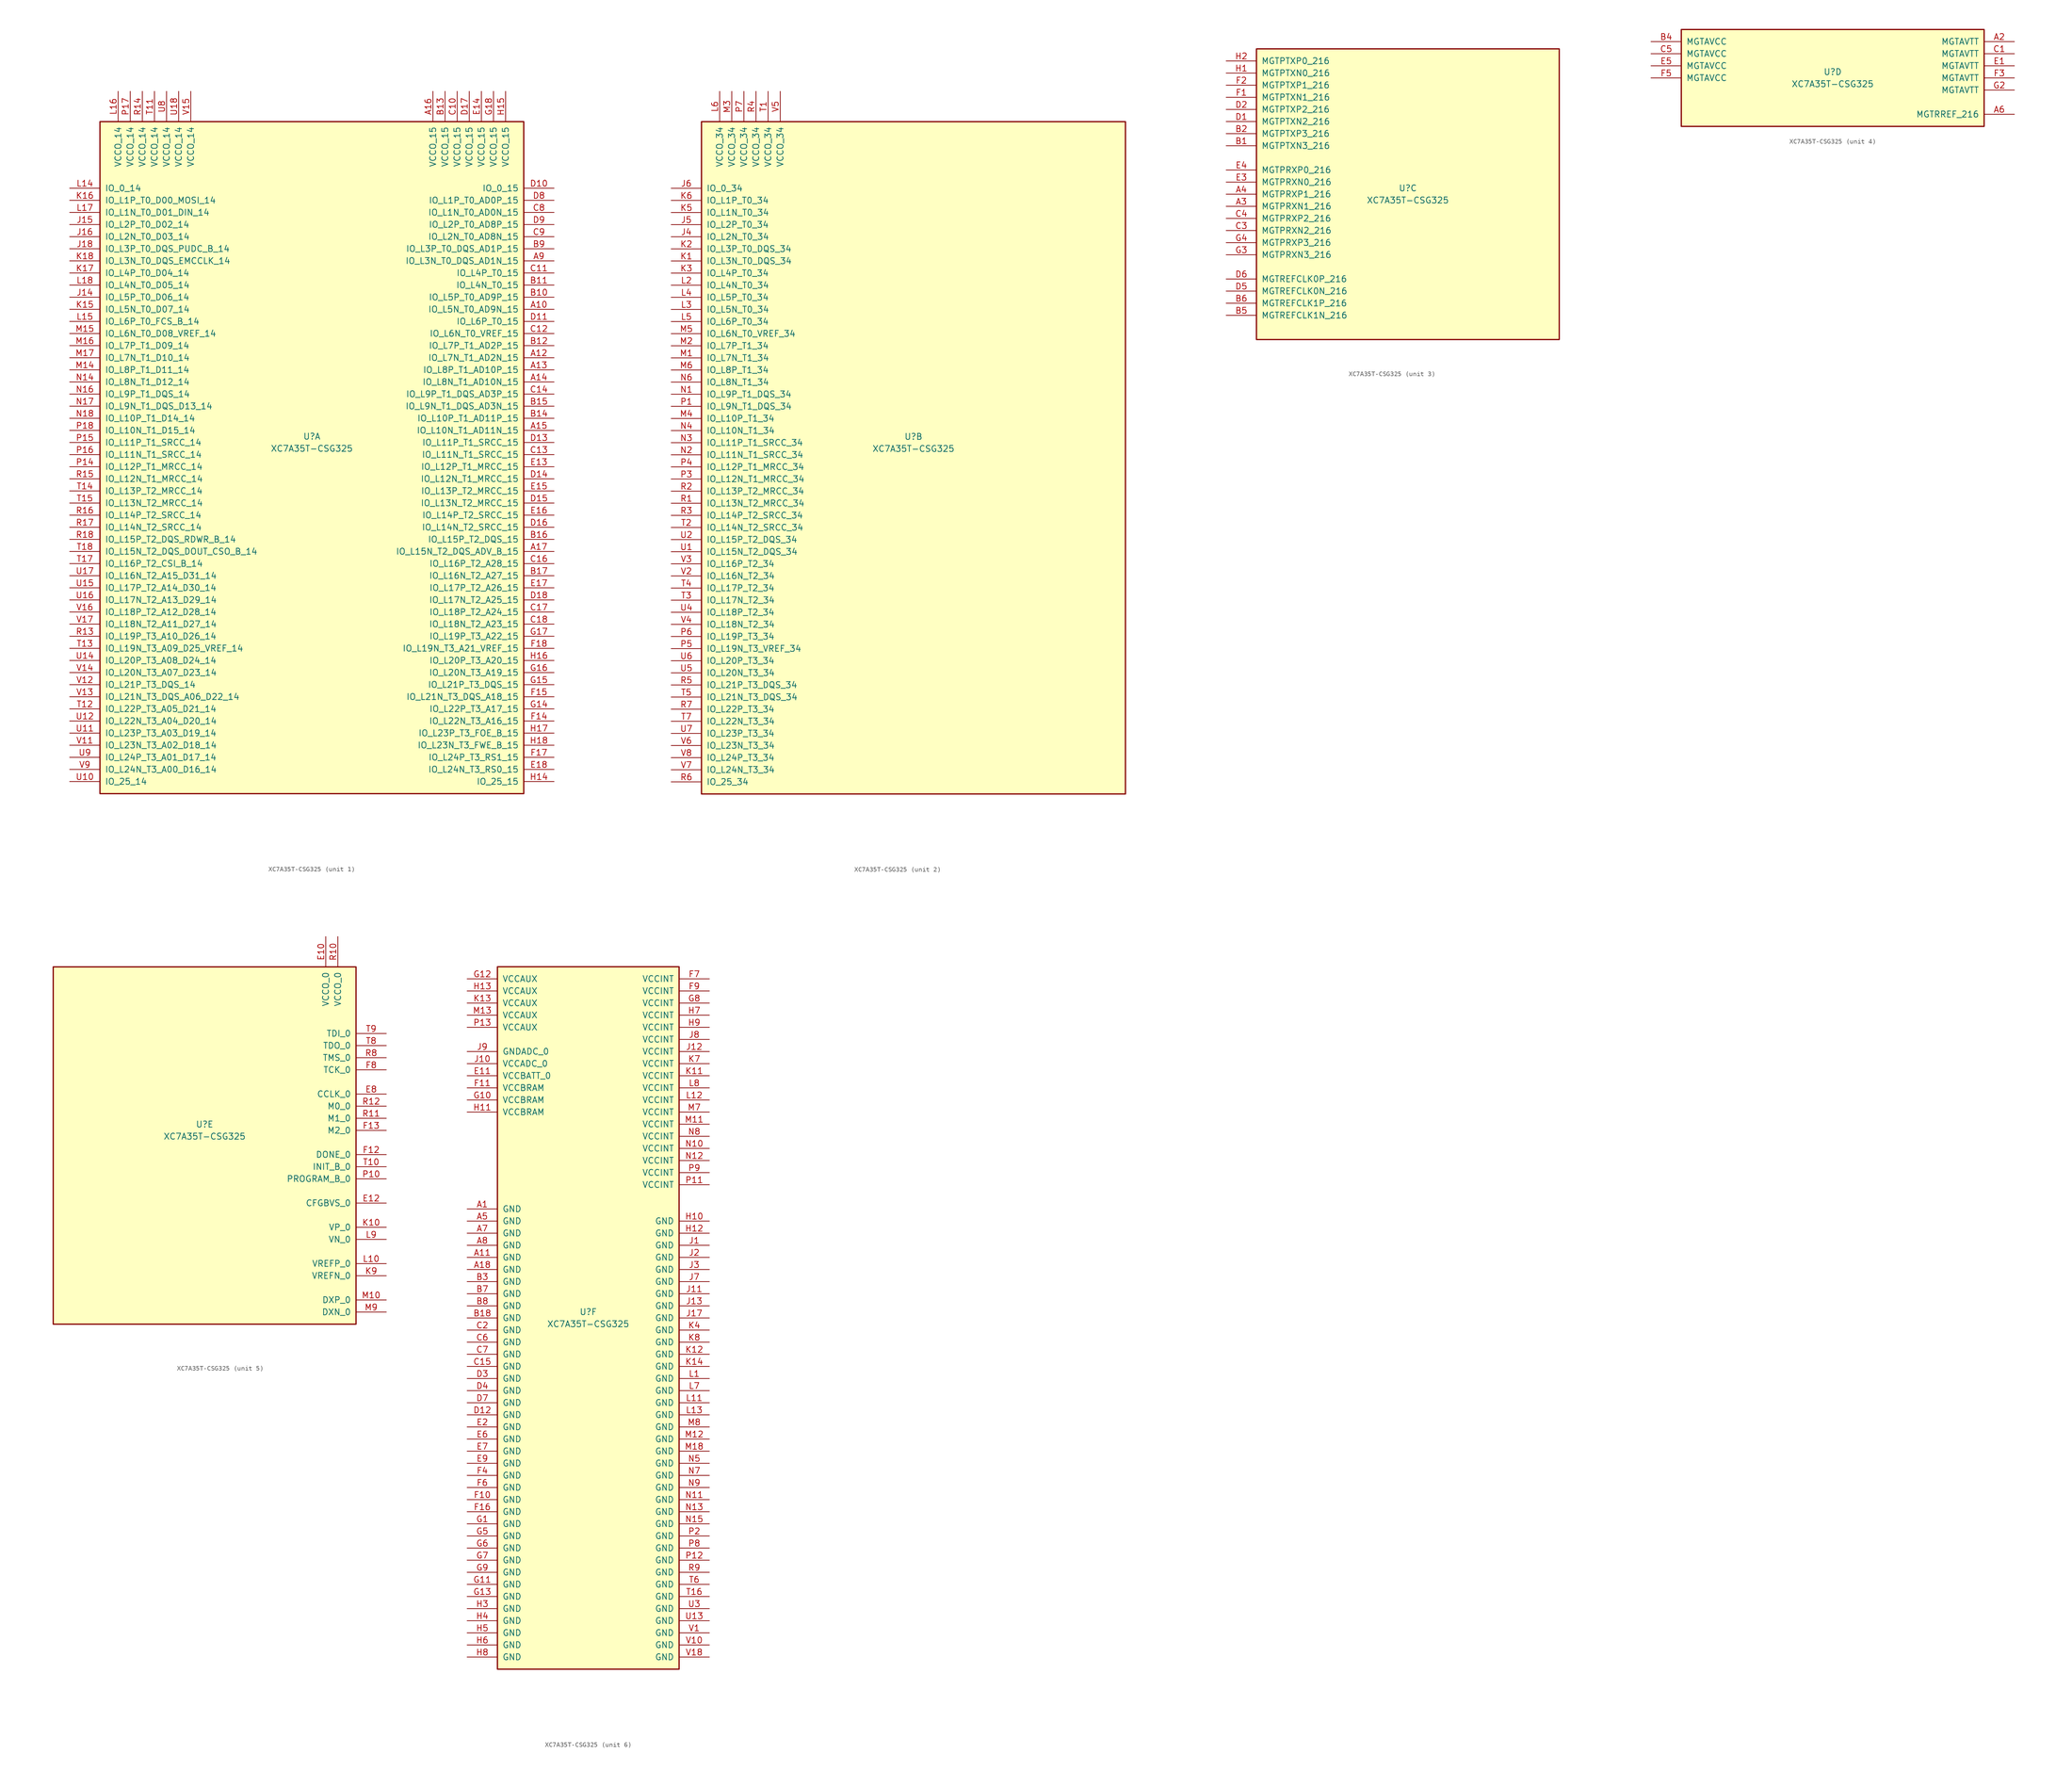
<source format=kicad_sym>
(kicad_symbol_lib
  (version 20241209)
  (generator "kicad_symbol_editor")
  (generator_version "9.0")
  (symbol "XC7A35T-CSG325"
    (pin_names
      (offset 1.016))
    (property "Reference" "U"
      (at 0 1.27 0)
      (effects (font (size 1.27 1.27))))
    (property "Value" "XC7A35T-CSG325"
      (at 0 -1.27 0)
      (effects (font (size 1.27 1.27))))
    (property "Datasheet" ""
      (at 0 0 0)
      (effects (font (size 1.27 1.27))))
    (property "ki_locked" ""
      (at 0 0 0)
      (effects (font (size 1.27 1.27))))
    (symbol "XC7A35T-CSG325_1_1"
      (rectangle (start -44.45 67.31) (end 44.45 -73.66) (stroke (width 0.254) (type default)) (fill (type background)))
      (pin bidirectional line (at -50.8 53.34 0) (length 6.35) (name "IO_0_14" (effects (font (size 1.27 1.27)))) (number "L14" (effects (font (size 1.27 1.27)))))
      (pin bidirectional line (at -50.8 50.8 0) (length 6.35) (name "IO_L1P_T0_D00_MOSI_14" (effects (font (size 1.27 1.27)))) (number "K16" (effects (font (size 1.27 1.27)))))
      (pin bidirectional line (at -50.8 48.26 0) (length 6.35) (name "IO_L1N_T0_D01_DIN_14" (effects (font (size 1.27 1.27)))) (number "L17" (effects (font (size 1.27 1.27)))))
      (pin bidirectional line (at -50.8 45.72 0) (length 6.35) (name "IO_L2P_T0_D02_14" (effects (font (size 1.27 1.27)))) (number "J15" (effects (font (size 1.27 1.27)))))
      (pin bidirectional line (at -50.8 43.18 0) (length 6.35) (name "IO_L2N_T0_D03_14" (effects (font (size 1.27 1.27)))) (number "J16" (effects (font (size 1.27 1.27)))))
      (pin bidirectional line (at -50.8 40.64 0) (length 6.35) (name "IO_L3P_T0_DQS_PUDC_B_14" (effects (font (size 1.27 1.27)))) (number "J18" (effects (font (size 1.27 1.27)))))
      (pin bidirectional line (at -50.8 38.1 0) (length 6.35) (name "IO_L3N_T0_DQS_EMCCLK_14" (effects (font (size 1.27 1.27)))) (number "K18" (effects (font (size 1.27 1.27)))))
      (pin bidirectional line (at -50.8 35.56 0) (length 6.35) (name "IO_L4P_T0_D04_14" (effects (font (size 1.27 1.27)))) (number "K17" (effects (font (size 1.27 1.27)))))
      (pin bidirectional line (at -50.8 33.02 0) (length 6.35) (name "IO_L4N_T0_D05_14" (effects (font (size 1.27 1.27)))) (number "L18" (effects (font (size 1.27 1.27)))))
      (pin bidirectional line (at -50.8 30.48 0) (length 6.35) (name "IO_L5P_T0_D06_14" (effects (font (size 1.27 1.27)))) (number "J14" (effects (font (size 1.27 1.27)))))
      (pin bidirectional line (at -50.8 27.94 0) (length 6.35) (name "IO_L5N_T0_D07_14" (effects (font (size 1.27 1.27)))) (number "K15" (effects (font (size 1.27 1.27)))))
      (pin bidirectional line (at -50.8 25.4 0) (length 6.35) (name "IO_L6P_T0_FCS_B_14" (effects (font (size 1.27 1.27)))) (number "L15" (effects (font (size 1.27 1.27)))))
      (pin bidirectional line (at -50.8 22.86 0) (length 6.35) (name "IO_L6N_T0_D08_VREF_14" (effects (font (size 1.27 1.27)))) (number "M15" (effects (font (size 1.27 1.27)))))
      (pin bidirectional line (at -50.8 20.32 0) (length 6.35) (name "IO_L7P_T1_D09_14" (effects (font (size 1.27 1.27)))) (number "M16" (effects (font (size 1.27 1.27)))))
      (pin bidirectional line (at -50.8 17.78 0) (length 6.35) (name "IO_L7N_T1_D10_14" (effects (font (size 1.27 1.27)))) (number "M17" (effects (font (size 1.27 1.27)))))
      (pin bidirectional line (at -50.8 15.24 0) (length 6.35) (name "IO_L8P_T1_D11_14" (effects (font (size 1.27 1.27)))) (number "M14" (effects (font (size 1.27 1.27)))))
      (pin bidirectional line (at -50.8 12.7 0) (length 6.35) (name "IO_L8N_T1_D12_14" (effects (font (size 1.27 1.27)))) (number "N14" (effects (font (size 1.27 1.27)))))
      (pin bidirectional line (at -50.8 10.16 0) (length 6.35) (name "IO_L9P_T1_DQS_14" (effects (font (size 1.27 1.27)))) (number "N16" (effects (font (size 1.27 1.27)))))
      (pin bidirectional line (at -50.8 7.62 0) (length 6.35) (name "IO_L9N_T1_DQS_D13_14" (effects (font (size 1.27 1.27)))) (number "N17" (effects (font (size 1.27 1.27)))))
      (pin bidirectional line (at -50.8 5.08 0) (length 6.35) (name "IO_L10P_T1_D14_14" (effects (font (size 1.27 1.27)))) (number "N18" (effects (font (size 1.27 1.27)))))
      (pin bidirectional line (at -50.8 2.54 0) (length 6.35) (name "IO_L10N_T1_D15_14" (effects (font (size 1.27 1.27)))) (number "P18" (effects (font (size 1.27 1.27)))))
      (pin bidirectional line (at -50.8 0 0) (length 6.35) (name "IO_L11P_T1_SRCC_14" (effects (font (size 1.27 1.27)))) (number "P15" (effects (font (size 1.27 1.27)))))
      (pin bidirectional line (at -50.8 -2.54 0) (length 6.35) (name "IO_L11N_T1_SRCC_14" (effects (font (size 1.27 1.27)))) (number "P16" (effects (font (size 1.27 1.27)))))
      (pin bidirectional line (at -50.8 -5.08 0) (length 6.35) (name "IO_L12P_T1_MRCC_14" (effects (font (size 1.27 1.27)))) (number "P14" (effects (font (size 1.27 1.27)))))
      (pin bidirectional line (at -50.8 -7.62 0) (length 6.35) (name "IO_L12N_T1_MRCC_14" (effects (font (size 1.27 1.27)))) (number "R15" (effects (font (size 1.27 1.27)))))
      (pin bidirectional line (at -50.8 -10.16 0) (length 6.35) (name "IO_L13P_T2_MRCC_14" (effects (font (size 1.27 1.27)))) (number "T14" (effects (font (size 1.27 1.27)))))
      (pin bidirectional line (at -50.8 -12.7 0) (length 6.35) (name "IO_L13N_T2_MRCC_14" (effects (font (size 1.27 1.27)))) (number "T15" (effects (font (size 1.27 1.27)))))
      (pin bidirectional line (at -50.8 -15.24 0) (length 6.35) (name "IO_L14P_T2_SRCC_14" (effects (font (size 1.27 1.27)))) (number "R16" (effects (font (size 1.27 1.27)))))
      (pin bidirectional line (at -50.8 -17.78 0) (length 6.35) (name "IO_L14N_T2_SRCC_14" (effects (font (size 1.27 1.27)))) (number "R17" (effects (font (size 1.27 1.27)))))
      (pin bidirectional line (at -50.8 -20.32 0) (length 6.35) (name "IO_L15P_T2_DQS_RDWR_B_14" (effects (font (size 1.27 1.27)))) (number "R18" (effects (font (size 1.27 1.27)))))
      (pin bidirectional line (at -50.8 -22.86 0) (length 6.35) (name "IO_L15N_T2_DQS_DOUT_CSO_B_14" (effects (font (size 1.27 1.27)))) (number "T18" (effects (font (size 1.27 1.27)))))
      (pin bidirectional line (at -50.8 -25.4 0) (length 6.35) (name "IO_L16P_T2_CSI_B_14" (effects (font (size 1.27 1.27)))) (number "T17" (effects (font (size 1.27 1.27)))))
      (pin bidirectional line (at -50.8 -27.94 0) (length 6.35) (name "IO_L16N_T2_A15_D31_14" (effects (font (size 1.27 1.27)))) (number "U17" (effects (font (size 1.27 1.27)))))
      (pin bidirectional line (at -50.8 -30.48 0) (length 6.35) (name "IO_L17P_T2_A14_D30_14" (effects (font (size 1.27 1.27)))) (number "U15" (effects (font (size 1.27 1.27)))))
      (pin bidirectional line (at -50.8 -33.02 0) (length 6.35) (name "IO_L17N_T2_A13_D29_14" (effects (font (size 1.27 1.27)))) (number "U16" (effects (font (size 1.27 1.27)))))
      (pin bidirectional line (at -50.8 -35.56 0) (length 6.35) (name "IO_L18P_T2_A12_D28_14" (effects (font (size 1.27 1.27)))) (number "V16" (effects (font (size 1.27 1.27)))))
      (pin bidirectional line (at -50.8 -38.1 0) (length 6.35) (name "IO_L18N_T2_A11_D27_14" (effects (font (size 1.27 1.27)))) (number "V17" (effects (font (size 1.27 1.27)))))
      (pin bidirectional line (at -50.8 -40.64 0) (length 6.35) (name "IO_L19P_T3_A10_D26_14" (effects (font (size 1.27 1.27)))) (number "R13" (effects (font (size 1.27 1.27)))))
      (pin bidirectional line (at -50.8 -43.18 0) (length 6.35) (name "IO_L19N_T3_A09_D25_VREF_14" (effects (font (size 1.27 1.27)))) (number "T13" (effects (font (size 1.27 1.27)))))
      (pin bidirectional line (at -50.8 -45.72 0) (length 6.35) (name "IO_L20P_T3_A08_D24_14" (effects (font (size 1.27 1.27)))) (number "U14" (effects (font (size 1.27 1.27)))))
      (pin bidirectional line (at -50.8 -48.26 0) (length 6.35) (name "IO_L20N_T3_A07_D23_14" (effects (font (size 1.27 1.27)))) (number "V14" (effects (font (size 1.27 1.27)))))
      (pin bidirectional line (at -50.8 -50.8 0) (length 6.35) (name "IO_L21P_T3_DQS_14" (effects (font (size 1.27 1.27)))) (number "V12" (effects (font (size 1.27 1.27)))))
      (pin bidirectional line (at -50.8 -53.34 0) (length 6.35) (name "IO_L21N_T3_DQS_A06_D22_14" (effects (font (size 1.27 1.27)))) (number "V13" (effects (font (size 1.27 1.27)))))
      (pin bidirectional line (at -50.8 -55.88 0) (length 6.35) (name "IO_L22P_T3_A05_D21_14" (effects (font (size 1.27 1.27)))) (number "T12" (effects (font (size 1.27 1.27)))))
      (pin bidirectional line (at -50.8 -58.42 0) (length 6.35) (name "IO_L22N_T3_A04_D20_14" (effects (font (size 1.27 1.27)))) (number "U12" (effects (font (size 1.27 1.27)))))
      (pin bidirectional line (at -50.8 -60.96 0) (length 6.35) (name "IO_L23P_T3_A03_D19_14" (effects (font (size 1.27 1.27)))) (number "U11" (effects (font (size 1.27 1.27)))))
      (pin bidirectional line (at -50.8 -63.5 0) (length 6.35) (name "IO_L23N_T3_A02_D18_14" (effects (font (size 1.27 1.27)))) (number "V11" (effects (font (size 1.27 1.27)))))
      (pin bidirectional line (at -50.8 -66.04 0) (length 6.35) (name "IO_L24P_T3_A01_D17_14" (effects (font (size 1.27 1.27)))) (number "U9" (effects (font (size 1.27 1.27)))))
      (pin bidirectional line (at -50.8 -68.58 0) (length 6.35) (name "IO_L24N_T3_A00_D16_14" (effects (font (size 1.27 1.27)))) (number "V9" (effects (font (size 1.27 1.27)))))
      (pin bidirectional line (at -50.8 -71.12 0) (length 6.35) (name "IO_25_14" (effects (font (size 1.27 1.27)))) (number "U10" (effects (font (size 1.27 1.27)))))
      (pin power_in line (at -40.64 73.66 270) (length 6.35) (name "VCCO_14" (effects (font (size 1.27 1.27)))) (number "L16" (effects (font (size 1.27 1.27)))))
      (pin power_in line (at -38.1 73.66 270) (length 6.35) (name "VCCO_14" (effects (font (size 1.27 1.27)))) (number "P17" (effects (font (size 1.27 1.27)))))
      (pin power_in line (at -35.56 73.66 270) (length 6.35) (name "VCCO_14" (effects (font (size 1.27 1.27)))) (number "R14" (effects (font (size 1.27 1.27)))))
      (pin power_in line (at -33.02 73.66 270) (length 6.35) (name "VCCO_14" (effects (font (size 1.27 1.27)))) (number "T11" (effects (font (size 1.27 1.27)))))
      (pin power_in line (at -30.48 73.66 270) (length 6.35) (name "VCCO_14" (effects (font (size 1.27 1.27)))) (number "U8" (effects (font (size 1.27 1.27)))))
      (pin power_in line (at -27.94 73.66 270) (length 6.35) (name "VCCO_14" (effects (font (size 1.27 1.27)))) (number "U18" (effects (font (size 1.27 1.27)))))
      (pin power_in line (at -25.4 73.66 270) (length 6.35) (name "VCCO_14" (effects (font (size 1.27 1.27)))) (number "V15" (effects (font (size 1.27 1.27)))))
      (pin power_in line (at 25.4 73.66 270) (length 6.35) (name "VCCO_15" (effects (font (size 1.27 1.27)))) (number "A16" (effects (font (size 1.27 1.27)))))
      (pin power_in line (at 27.94 73.66 270) (length 6.35) (name "VCCO_15" (effects (font (size 1.27 1.27)))) (number "B13" (effects (font (size 1.27 1.27)))))
      (pin power_in line (at 30.48 73.66 270) (length 6.35) (name "VCCO_15" (effects (font (size 1.27 1.27)))) (number "C10" (effects (font (size 1.27 1.27)))))
      (pin power_in line (at 33.02 73.66 270) (length 6.35) (name "VCCO_15" (effects (font (size 1.27 1.27)))) (number "D17" (effects (font (size 1.27 1.27)))))
      (pin power_in line (at 35.56 73.66 270) (length 6.35) (name "VCCO_15" (effects (font (size 1.27 1.27)))) (number "E14" (effects (font (size 1.27 1.27)))))
      (pin power_in line (at 38.1 73.66 270) (length 6.35) (name "VCCO_15" (effects (font (size 1.27 1.27)))) (number "G18" (effects (font (size 1.27 1.27)))))
      (pin power_in line (at 40.64 73.66 270) (length 6.35) (name "VCCO_15" (effects (font (size 1.27 1.27)))) (number "H15" (effects (font (size 1.27 1.27)))))
      (pin bidirectional line (at 50.8 53.34 180) (length 6.35) (name "IO_0_15" (effects (font (size 1.27 1.27)))) (number "D10" (effects (font (size 1.27 1.27)))))
      (pin bidirectional line (at 50.8 50.8 180) (length 6.35) (name "IO_L1P_T0_AD0P_15" (effects (font (size 1.27 1.27)))) (number "D8" (effects (font (size 1.27 1.27)))))
      (pin bidirectional line (at 50.8 48.26 180) (length 6.35) (name "IO_L1N_T0_AD0N_15" (effects (font (size 1.27 1.27)))) (number "C8" (effects (font (size 1.27 1.27)))))
      (pin bidirectional line (at 50.8 45.72 180) (length 6.35) (name "IO_L2P_T0_AD8P_15" (effects (font (size 1.27 1.27)))) (number "D9" (effects (font (size 1.27 1.27)))))
      (pin bidirectional line (at 50.8 43.18 180) (length 6.35) (name "IO_L2N_T0_AD8N_15" (effects (font (size 1.27 1.27)))) (number "C9" (effects (font (size 1.27 1.27)))))
      (pin bidirectional line (at 50.8 40.64 180) (length 6.35) (name "IO_L3P_T0_DQS_AD1P_15" (effects (font (size 1.27 1.27)))) (number "B9" (effects (font (size 1.27 1.27)))))
      (pin bidirectional line (at 50.8 38.1 180) (length 6.35) (name "IO_L3N_T0_DQS_AD1N_15" (effects (font (size 1.27 1.27)))) (number "A9" (effects (font (size 1.27 1.27)))))
      (pin bidirectional line (at 50.8 35.56 180) (length 6.35) (name "IO_L4P_T0_15" (effects (font (size 1.27 1.27)))) (number "C11" (effects (font (size 1.27 1.27)))))
      (pin bidirectional line (at 50.8 33.02 180) (length 6.35) (name "IO_L4N_T0_15" (effects (font (size 1.27 1.27)))) (number "B11" (effects (font (size 1.27 1.27)))))
      (pin bidirectional line (at 50.8 30.48 180) (length 6.35) (name "IO_L5P_T0_AD9P_15" (effects (font (size 1.27 1.27)))) (number "B10" (effects (font (size 1.27 1.27)))))
      (pin bidirectional line (at 50.8 27.94 180) (length 6.35) (name "IO_L5N_T0_AD9N_15" (effects (font (size 1.27 1.27)))) (number "A10" (effects (font (size 1.27 1.27)))))
      (pin bidirectional line (at 50.8 25.4 180) (length 6.35) (name "IO_L6P_T0_15" (effects (font (size 1.27 1.27)))) (number "D11" (effects (font (size 1.27 1.27)))))
      (pin bidirectional line (at 50.8 22.86 180) (length 6.35) (name "IO_L6N_T0_VREF_15" (effects (font (size 1.27 1.27)))) (number "C12" (effects (font (size 1.27 1.27)))))
      (pin bidirectional line (at 50.8 20.32 180) (length 6.35) (name "IO_L7P_T1_AD2P_15" (effects (font (size 1.27 1.27)))) (number "B12" (effects (font (size 1.27 1.27)))))
      (pin bidirectional line (at 50.8 17.78 180) (length 6.35) (name "IO_L7N_T1_AD2N_15" (effects (font (size 1.27 1.27)))) (number "A12" (effects (font (size 1.27 1.27)))))
      (pin bidirectional line (at 50.8 15.24 180) (length 6.35) (name "IO_L8P_T1_AD10P_15" (effects (font (size 1.27 1.27)))) (number "A13" (effects (font (size 1.27 1.27)))))
      (pin bidirectional line (at 50.8 12.7 180) (length 6.35) (name "IO_L8N_T1_AD10N_15" (effects (font (size 1.27 1.27)))) (number "A14" (effects (font (size 1.27 1.27)))))
      (pin bidirectional line (at 50.8 10.16 180) (length 6.35) (name "IO_L9P_T1_DQS_AD3P_15" (effects (font (size 1.27 1.27)))) (number "C14" (effects (font (size 1.27 1.27)))))
      (pin bidirectional line (at 50.8 7.62 180) (length 6.35) (name "IO_L9N_T1_DQS_AD3N_15" (effects (font (size 1.27 1.27)))) (number "B15" (effects (font (size 1.27 1.27)))))
      (pin bidirectional line (at 50.8 5.08 180) (length 6.35) (name "IO_L10P_T1_AD11P_15" (effects (font (size 1.27 1.27)))) (number "B14" (effects (font (size 1.27 1.27)))))
      (pin bidirectional line (at 50.8 2.54 180) (length 6.35) (name "IO_L10N_T1_AD11N_15" (effects (font (size 1.27 1.27)))) (number "A15" (effects (font (size 1.27 1.27)))))
      (pin bidirectional line (at 50.8 0 180) (length 6.35) (name "IO_L11P_T1_SRCC_15" (effects (font (size 1.27 1.27)))) (number "D13" (effects (font (size 1.27 1.27)))))
      (pin bidirectional line (at 50.8 -2.54 180) (length 6.35) (name "IO_L11N_T1_SRCC_15" (effects (font (size 1.27 1.27)))) (number "C13" (effects (font (size 1.27 1.27)))))
      (pin bidirectional line (at 50.8 -5.08 180) (length 6.35) (name "IO_L12P_T1_MRCC_15" (effects (font (size 1.27 1.27)))) (number "E13" (effects (font (size 1.27 1.27)))))
      (pin bidirectional line (at 50.8 -7.62 180) (length 6.35) (name "IO_L12N_T1_MRCC_15" (effects (font (size 1.27 1.27)))) (number "D14" (effects (font (size 1.27 1.27)))))
      (pin bidirectional line (at 50.8 -10.16 180) (length 6.35) (name "IO_L13P_T2_MRCC_15" (effects (font (size 1.27 1.27)))) (number "E15" (effects (font (size 1.27 1.27)))))
      (pin bidirectional line (at 50.8 -12.7 180) (length 6.35) (name "IO_L13N_T2_MRCC_15" (effects (font (size 1.27 1.27)))) (number "D15" (effects (font (size 1.27 1.27)))))
      (pin bidirectional line (at 50.8 -15.24 180) (length 6.35) (name "IO_L14P_T2_SRCC_15" (effects (font (size 1.27 1.27)))) (number "E16" (effects (font (size 1.27 1.27)))))
      (pin bidirectional line (at 50.8 -17.78 180) (length 6.35) (name "IO_L14N_T2_SRCC_15" (effects (font (size 1.27 1.27)))) (number "D16" (effects (font (size 1.27 1.27)))))
      (pin bidirectional line (at 50.8 -20.32 180) (length 6.35) (name "IO_L15P_T2_DQS_15" (effects (font (size 1.27 1.27)))) (number "B16" (effects (font (size 1.27 1.27)))))
      (pin bidirectional line (at 50.8 -22.86 180) (length 6.35) (name "IO_L15N_T2_DQS_ADV_B_15" (effects (font (size 1.27 1.27)))) (number "A17" (effects (font (size 1.27 1.27)))))
      (pin bidirectional line (at 50.8 -25.4 180) (length 6.35) (name "IO_L16P_T2_A28_15" (effects (font (size 1.27 1.27)))) (number "C16" (effects (font (size 1.27 1.27)))))
      (pin bidirectional line (at 50.8 -27.94 180) (length 6.35) (name "IO_L16N_T2_A27_15" (effects (font (size 1.27 1.27)))) (number "B17" (effects (font (size 1.27 1.27)))))
      (pin bidirectional line (at 50.8 -30.48 180) (length 6.35) (name "IO_L17P_T2_A26_15" (effects (font (size 1.27 1.27)))) (number "E17" (effects (font (size 1.27 1.27)))))
      (pin bidirectional line (at 50.8 -33.02 180) (length 6.35) (name "IO_L17N_T2_A25_15" (effects (font (size 1.27 1.27)))) (number "D18" (effects (font (size 1.27 1.27)))))
      (pin bidirectional line (at 50.8 -35.56 180) (length 6.35) (name "IO_L18P_T2_A24_15" (effects (font (size 1.27 1.27)))) (number "C17" (effects (font (size 1.27 1.27)))))
      (pin bidirectional line (at 50.8 -38.1 180) (length 6.35) (name "IO_L18N_T2_A23_15" (effects (font (size 1.27 1.27)))) (number "C18" (effects (font (size 1.27 1.27)))))
      (pin bidirectional line (at 50.8 -40.64 180) (length 6.35) (name "IO_L19P_T3_A22_15" (effects (font (size 1.27 1.27)))) (number "G17" (effects (font (size 1.27 1.27)))))
      (pin bidirectional line (at 50.8 -43.18 180) (length 6.35) (name "IO_L19N_T3_A21_VREF_15" (effects (font (size 1.27 1.27)))) (number "F18" (effects (font (size 1.27 1.27)))))
      (pin bidirectional line (at 50.8 -45.72 180) (length 6.35) (name "IO_L20P_T3_A20_15" (effects (font (size 1.27 1.27)))) (number "H16" (effects (font (size 1.27 1.27)))))
      (pin bidirectional line (at 50.8 -48.26 180) (length 6.35) (name "IO_L20N_T3_A19_15" (effects (font (size 1.27 1.27)))) (number "G16" (effects (font (size 1.27 1.27)))))
      (pin bidirectional line (at 50.8 -50.8 180) (length 6.35) (name "IO_L21P_T3_DQS_15" (effects (font (size 1.27 1.27)))) (number "G15" (effects (font (size 1.27 1.27)))))
      (pin bidirectional line (at 50.8 -53.34 180) (length 6.35) (name "IO_L21N_T3_DQS_A18_15" (effects (font (size 1.27 1.27)))) (number "F15" (effects (font (size 1.27 1.27)))))
      (pin bidirectional line (at 50.8 -55.88 180) (length 6.35) (name "IO_L22P_T3_A17_15" (effects (font (size 1.27 1.27)))) (number "G14" (effects (font (size 1.27 1.27)))))
      (pin bidirectional line (at 50.8 -58.42 180) (length 6.35) (name "IO_L22N_T3_A16_15" (effects (font (size 1.27 1.27)))) (number "F14" (effects (font (size 1.27 1.27)))))
      (pin bidirectional line (at 50.8 -60.96 180) (length 6.35) (name "IO_L23P_T3_FOE_B_15" (effects (font (size 1.27 1.27)))) (number "H17" (effects (font (size 1.27 1.27)))))
      (pin bidirectional line (at 50.8 -63.5 180) (length 6.35) (name "IO_L23N_T3_FWE_B_15" (effects (font (size 1.27 1.27)))) (number "H18" (effects (font (size 1.27 1.27)))))
      (pin bidirectional line (at 50.8 -66.04 180) (length 6.35) (name "IO_L24P_T3_RS1_15" (effects (font (size 1.27 1.27)))) (number "F17" (effects (font (size 1.27 1.27)))))
      (pin bidirectional line (at 50.8 -68.58 180) (length 6.35) (name "IO_L24N_T3_RS0_15" (effects (font (size 1.27 1.27)))) (number "E18" (effects (font (size 1.27 1.27)))))
      (pin bidirectional line (at 50.8 -71.12 180) (length 6.35) (name "IO_25_15" (effects (font (size 1.27 1.27)))) (number "H14" (effects (font (size 1.27 1.27))))))
    (symbol "XC7A35T-CSG325_2_1"
      (rectangle (start -44.45 67.31) (end 44.45 -73.66) (stroke (width 0.254) (type default)) (fill (type background)))
      (pin bidirectional line (at -50.8 53.34 0) (length 6.35) (name "IO_0_34" (effects (font (size 1.27 1.27)))) (number "J6" (effects (font (size 1.27 1.27)))))
      (pin bidirectional line (at -50.8 50.8 0) (length 6.35) (name "IO_L1P_T0_34" (effects (font (size 1.27 1.27)))) (number "K6" (effects (font (size 1.27 1.27)))))
      (pin bidirectional line (at -50.8 48.26 0) (length 6.35) (name "IO_L1N_T0_34" (effects (font (size 1.27 1.27)))) (number "K5" (effects (font (size 1.27 1.27)))))
      (pin bidirectional line (at -50.8 45.72 0) (length 6.35) (name "IO_L2P_T0_34" (effects (font (size 1.27 1.27)))) (number "J5" (effects (font (size 1.27 1.27)))))
      (pin bidirectional line (at -50.8 43.18 0) (length 6.35) (name "IO_L2N_T0_34" (effects (font (size 1.27 1.27)))) (number "J4" (effects (font (size 1.27 1.27)))))
      (pin bidirectional line (at -50.8 40.64 0) (length 6.35) (name "IO_L3P_T0_DQS_34" (effects (font (size 1.27 1.27)))) (number "K2" (effects (font (size 1.27 1.27)))))
      (pin bidirectional line (at -50.8 38.1 0) (length 6.35) (name "IO_L3N_T0_DQS_34" (effects (font (size 1.27 1.27)))) (number "K1" (effects (font (size 1.27 1.27)))))
      (pin bidirectional line (at -50.8 35.56 0) (length 6.35) (name "IO_L4P_T0_34" (effects (font (size 1.27 1.27)))) (number "K3" (effects (font (size 1.27 1.27)))))
      (pin bidirectional line (at -50.8 33.02 0) (length 6.35) (name "IO_L4N_T0_34" (effects (font (size 1.27 1.27)))) (number "L2" (effects (font (size 1.27 1.27)))))
      (pin bidirectional line (at -50.8 30.48 0) (length 6.35) (name "IO_L5P_T0_34" (effects (font (size 1.27 1.27)))) (number "L4" (effects (font (size 1.27 1.27)))))
      (pin bidirectional line (at -50.8 27.94 0) (length 6.35) (name "IO_L5N_T0_34" (effects (font (size 1.27 1.27)))) (number "L3" (effects (font (size 1.27 1.27)))))
      (pin bidirectional line (at -50.8 25.4 0) (length 6.35) (name "IO_L6P_T0_34" (effects (font (size 1.27 1.27)))) (number "L5" (effects (font (size 1.27 1.27)))))
      (pin bidirectional line (at -50.8 22.86 0) (length 6.35) (name "IO_L6N_T0_VREF_34" (effects (font (size 1.27 1.27)))) (number "M5" (effects (font (size 1.27 1.27)))))
      (pin bidirectional line (at -50.8 20.32 0) (length 6.35) (name "IO_L7P_T1_34" (effects (font (size 1.27 1.27)))) (number "M2" (effects (font (size 1.27 1.27)))))
      (pin bidirectional line (at -50.8 17.78 0) (length 6.35) (name "IO_L7N_T1_34" (effects (font (size 1.27 1.27)))) (number "M1" (effects (font (size 1.27 1.27)))))
      (pin bidirectional line (at -50.8 15.24 0) (length 6.35) (name "IO_L8P_T1_34" (effects (font (size 1.27 1.27)))) (number "M6" (effects (font (size 1.27 1.27)))))
      (pin bidirectional line (at -50.8 12.7 0) (length 6.35) (name "IO_L8N_T1_34" (effects (font (size 1.27 1.27)))) (number "N6" (effects (font (size 1.27 1.27)))))
      (pin bidirectional line (at -50.8 10.16 0) (length 6.35) (name "IO_L9P_T1_DQS_34" (effects (font (size 1.27 1.27)))) (number "N1" (effects (font (size 1.27 1.27)))))
      (pin bidirectional line (at -50.8 7.62 0) (length 6.35) (name "IO_L9N_T1_DQS_34" (effects (font (size 1.27 1.27)))) (number "P1" (effects (font (size 1.27 1.27)))))
      (pin bidirectional line (at -50.8 5.08 0) (length 6.35) (name "IO_L10P_T1_34" (effects (font (size 1.27 1.27)))) (number "M4" (effects (font (size 1.27 1.27)))))
      (pin bidirectional line (at -50.8 2.54 0) (length 6.35) (name "IO_L10N_T1_34" (effects (font (size 1.27 1.27)))) (number "N4" (effects (font (size 1.27 1.27)))))
      (pin bidirectional line (at -50.8 0 0) (length 6.35) (name "IO_L11P_T1_SRCC_34" (effects (font (size 1.27 1.27)))) (number "N3" (effects (font (size 1.27 1.27)))))
      (pin bidirectional line (at -50.8 -2.54 0) (length 6.35) (name "IO_L11N_T1_SRCC_34" (effects (font (size 1.27 1.27)))) (number "N2" (effects (font (size 1.27 1.27)))))
      (pin bidirectional line (at -50.8 -5.08 0) (length 6.35) (name "IO_L12P_T1_MRCC_34" (effects (font (size 1.27 1.27)))) (number "P4" (effects (font (size 1.27 1.27)))))
      (pin bidirectional line (at -50.8 -7.62 0) (length 6.35) (name "IO_L12N_T1_MRCC_34" (effects (font (size 1.27 1.27)))) (number "P3" (effects (font (size 1.27 1.27)))))
      (pin bidirectional line (at -50.8 -10.16 0) (length 6.35) (name "IO_L13P_T2_MRCC_34" (effects (font (size 1.27 1.27)))) (number "R2" (effects (font (size 1.27 1.27)))))
      (pin bidirectional line (at -50.8 -12.7 0) (length 6.35) (name "IO_L13N_T2_MRCC_34" (effects (font (size 1.27 1.27)))) (number "R1" (effects (font (size 1.27 1.27)))))
      (pin bidirectional line (at -50.8 -15.24 0) (length 6.35) (name "IO_L14P_T2_SRCC_34" (effects (font (size 1.27 1.27)))) (number "R3" (effects (font (size 1.27 1.27)))))
      (pin bidirectional line (at -50.8 -17.78 0) (length 6.35) (name "IO_L14N_T2_SRCC_34" (effects (font (size 1.27 1.27)))) (number "T2" (effects (font (size 1.27 1.27)))))
      (pin bidirectional line (at -50.8 -20.32 0) (length 6.35) (name "IO_L15P_T2_DQS_34" (effects (font (size 1.27 1.27)))) (number "U2" (effects (font (size 1.27 1.27)))))
      (pin bidirectional line (at -50.8 -22.86 0) (length 6.35) (name "IO_L15N_T2_DQS_34" (effects (font (size 1.27 1.27)))) (number "U1" (effects (font (size 1.27 1.27)))))
      (pin bidirectional line (at -50.8 -25.4 0) (length 6.35) (name "IO_L16P_T2_34" (effects (font (size 1.27 1.27)))) (number "V3" (effects (font (size 1.27 1.27)))))
      (pin bidirectional line (at -50.8 -27.94 0) (length 6.35) (name "IO_L16N_T2_34" (effects (font (size 1.27 1.27)))) (number "V2" (effects (font (size 1.27 1.27)))))
      (pin bidirectional line (at -50.8 -30.48 0) (length 6.35) (name "IO_L17P_T2_34" (effects (font (size 1.27 1.27)))) (number "T4" (effects (font (size 1.27 1.27)))))
      (pin bidirectional line (at -50.8 -33.02 0) (length 6.35) (name "IO_L17N_T2_34" (effects (font (size 1.27 1.27)))) (number "T3" (effects (font (size 1.27 1.27)))))
      (pin bidirectional line (at -50.8 -35.56 0) (length 6.35) (name "IO_L18P_T2_34" (effects (font (size 1.27 1.27)))) (number "U4" (effects (font (size 1.27 1.27)))))
      (pin bidirectional line (at -50.8 -38.1 0) (length 6.35) (name "IO_L18N_T2_34" (effects (font (size 1.27 1.27)))) (number "V4" (effects (font (size 1.27 1.27)))))
      (pin bidirectional line (at -50.8 -40.64 0) (length 6.35) (name "IO_L19P_T3_34" (effects (font (size 1.27 1.27)))) (number "P6" (effects (font (size 1.27 1.27)))))
      (pin bidirectional line (at -50.8 -43.18 0) (length 6.35) (name "IO_L19N_T3_VREF_34" (effects (font (size 1.27 1.27)))) (number "P5" (effects (font (size 1.27 1.27)))))
      (pin bidirectional line (at -50.8 -45.72 0) (length 6.35) (name "IO_L20P_T3_34" (effects (font (size 1.27 1.27)))) (number "U6" (effects (font (size 1.27 1.27)))))
      (pin bidirectional line (at -50.8 -48.26 0) (length 6.35) (name "IO_L20N_T3_34" (effects (font (size 1.27 1.27)))) (number "U5" (effects (font (size 1.27 1.27)))))
      (pin bidirectional line (at -50.8 -50.8 0) (length 6.35) (name "IO_L21P_T3_DQS_34" (effects (font (size 1.27 1.27)))) (number "R5" (effects (font (size 1.27 1.27)))))
      (pin bidirectional line (at -50.8 -53.34 0) (length 6.35) (name "IO_L21N_T3_DQS_34" (effects (font (size 1.27 1.27)))) (number "T5" (effects (font (size 1.27 1.27)))))
      (pin bidirectional line (at -50.8 -55.88 0) (length 6.35) (name "IO_L22P_T3_34" (effects (font (size 1.27 1.27)))) (number "R7" (effects (font (size 1.27 1.27)))))
      (pin bidirectional line (at -50.8 -58.42 0) (length 6.35) (name "IO_L22N_T3_34" (effects (font (size 1.27 1.27)))) (number "T7" (effects (font (size 1.27 1.27)))))
      (pin bidirectional line (at -50.8 -60.96 0) (length 6.35) (name "IO_L23P_T3_34" (effects (font (size 1.27 1.27)))) (number "U7" (effects (font (size 1.27 1.27)))))
      (pin bidirectional line (at -50.8 -63.5 0) (length 6.35) (name "IO_L23N_T3_34" (effects (font (size 1.27 1.27)))) (number "V6" (effects (font (size 1.27 1.27)))))
      (pin bidirectional line (at -50.8 -66.04 0) (length 6.35) (name "IO_L24P_T3_34" (effects (font (size 1.27 1.27)))) (number "V8" (effects (font (size 1.27 1.27)))))
      (pin bidirectional line (at -50.8 -68.58 0) (length 6.35) (name "IO_L24N_T3_34" (effects (font (size 1.27 1.27)))) (number "V7" (effects (font (size 1.27 1.27)))))
      (pin bidirectional line (at -50.8 -71.12 0) (length 6.35) (name "IO_25_34" (effects (font (size 1.27 1.27)))) (number "R6" (effects (font (size 1.27 1.27)))))
      (pin power_in line (at -40.64 73.66 270) (length 6.35) (name "VCCO_34" (effects (font (size 1.27 1.27)))) (number "L6" (effects (font (size 1.27 1.27)))))
      (pin power_in line (at -38.1 73.66 270) (length 6.35) (name "VCCO_34" (effects (font (size 1.27 1.27)))) (number "M3" (effects (font (size 1.27 1.27)))))
      (pin power_in line (at -35.56 73.66 270) (length 6.35) (name "VCCO_34" (effects (font (size 1.27 1.27)))) (number "P7" (effects (font (size 1.27 1.27)))))
      (pin power_in line (at -33.02 73.66 270) (length 6.35) (name "VCCO_34" (effects (font (size 1.27 1.27)))) (number "R4" (effects (font (size 1.27 1.27)))))
      (pin power_in line (at -30.48 73.66 270) (length 6.35) (name "VCCO_34" (effects (font (size 1.27 1.27)))) (number "T1" (effects (font (size 1.27 1.27)))))
      (pin power_in line (at -27.94 73.66 270) (length 6.35) (name "VCCO_34" (effects (font (size 1.27 1.27)))) (number "V5" (effects (font (size 1.27 1.27))))))
    (symbol "XC7A35T-CSG325_3_1"
      (rectangle (start -31.75 30.48) (end 31.75 -30.48) (stroke (width 0.254) (type default)) (fill (type background)))
      (pin bidirectional line (at -38.1 27.94 0) (length 6.35) (name "MGTPTXP0_216" (effects (font (size 1.27 1.27)))) (number "H2" (effects (font (size 1.27 1.27)))))
      (pin bidirectional line (at -38.1 25.4 0) (length 6.35) (name "MGTPTXN0_216" (effects (font (size 1.27 1.27)))) (number "H1" (effects (font (size 1.27 1.27)))))
      (pin bidirectional line (at -38.1 22.86 0) (length 6.35) (name "MGTPTXP1_216" (effects (font (size 1.27 1.27)))) (number "F2" (effects (font (size 1.27 1.27)))))
      (pin bidirectional line (at -38.1 20.32 0) (length 6.35) (name "MGTPTXN1_216" (effects (font (size 1.27 1.27)))) (number "F1" (effects (font (size 1.27 1.27)))))
      (pin bidirectional line (at -38.1 17.78 0) (length 6.35) (name "MGTPTXP2_216" (effects (font (size 1.27 1.27)))) (number "D2" (effects (font (size 1.27 1.27)))))
      (pin bidirectional line (at -38.1 15.24 0) (length 6.35) (name "MGTPTXN2_216" (effects (font (size 1.27 1.27)))) (number "D1" (effects (font (size 1.27 1.27)))))
      (pin bidirectional line (at -38.1 12.7 0) (length 6.35) (name "MGTPTXP3_216" (effects (font (size 1.27 1.27)))) (number "B2" (effects (font (size 1.27 1.27)))))
      (pin bidirectional line (at -38.1 10.16 0) (length 6.35) (name "MGTPTXN3_216" (effects (font (size 1.27 1.27)))) (number "B1" (effects (font (size 1.27 1.27)))))
      (pin bidirectional line (at -38.1 5.08 0) (length 6.35) (name "MGTPRXP0_216" (effects (font (size 1.27 1.27)))) (number "E4" (effects (font (size 1.27 1.27)))))
      (pin bidirectional line (at -38.1 2.54 0) (length 6.35) (name "MGTPRXN0_216" (effects (font (size 1.27 1.27)))) (number "E3" (effects (font (size 1.27 1.27)))))
      (pin bidirectional line (at -38.1 0 0) (length 6.35) (name "MGTPRXP1_216" (effects (font (size 1.27 1.27)))) (number "A4" (effects (font (size 1.27 1.27)))))
      (pin bidirectional line (at -38.1 -2.54 0) (length 6.35) (name "MGTPRXN1_216" (effects (font (size 1.27 1.27)))) (number "A3" (effects (font (size 1.27 1.27)))))
      (pin bidirectional line (at -38.1 -5.08 0) (length 6.35) (name "MGTPRXP2_216" (effects (font (size 1.27 1.27)))) (number "C4" (effects (font (size 1.27 1.27)))))
      (pin bidirectional line (at -38.1 -7.62 0) (length 6.35) (name "MGTPRXN2_216" (effects (font (size 1.27 1.27)))) (number "C3" (effects (font (size 1.27 1.27)))))
      (pin bidirectional line (at -38.1 -10.16 0) (length 6.35) (name "MGTPRXP3_216" (effects (font (size 1.27 1.27)))) (number "G4" (effects (font (size 1.27 1.27)))))
      (pin bidirectional line (at -38.1 -12.7 0) (length 6.35) (name "MGTPRXN3_216" (effects (font (size 1.27 1.27)))) (number "G3" (effects (font (size 1.27 1.27)))))
      (pin bidirectional line (at -38.1 -17.78 0) (length 6.35) (name "MGTREFCLK0P_216" (effects (font (size 1.27 1.27)))) (number "D6" (effects (font (size 1.27 1.27)))))
      (pin bidirectional line (at -38.1 -20.32 0) (length 6.35) (name "MGTREFCLK0N_216" (effects (font (size 1.27 1.27)))) (number "D5" (effects (font (size 1.27 1.27)))))
      (pin bidirectional line (at -38.1 -22.86 0) (length 6.35) (name "MGTREFCLK1P_216" (effects (font (size 1.27 1.27)))) (number "B6" (effects (font (size 1.27 1.27)))))
      (pin bidirectional line (at -38.1 -25.4 0) (length 6.35) (name "MGTREFCLK1N_216" (effects (font (size 1.27 1.27)))) (number "B5" (effects (font (size 1.27 1.27))))))
    (symbol "XC7A35T-CSG325_4_1"
      (rectangle (start -31.75 10.16) (end 31.75 -10.16) (stroke (width 0.254) (type default)) (fill (type background)))
      (pin power_in line (at -38.1 7.62 0) (length 6.35) (name "MGTAVCC" (effects (font (size 1.27 1.27)))) (number "B4" (effects (font (size 1.27 1.27)))))
      (pin power_in line (at -38.1 5.08 0) (length 6.35) (name "MGTAVCC" (effects (font (size 1.27 1.27)))) (number "C5" (effects (font (size 1.27 1.27)))))
      (pin power_in line (at -38.1 2.54 0) (length 6.35) (name "MGTAVCC" (effects (font (size 1.27 1.27)))) (number "E5" (effects (font (size 1.27 1.27)))))
      (pin power_in line (at -38.1 0 0) (length 6.35) (name "MGTAVCC" (effects (font (size 1.27 1.27)))) (number "F5" (effects (font (size 1.27 1.27)))))
      (pin power_in line (at 38.1 7.62 180) (length 6.35) (name "MGTAVTT" (effects (font (size 1.27 1.27)))) (number "A2" (effects (font (size 1.27 1.27)))))
      (pin power_in line (at 38.1 5.08 180) (length 6.35) (name "MGTAVTT" (effects (font (size 1.27 1.27)))) (number "C1" (effects (font (size 1.27 1.27)))))
      (pin power_in line (at 38.1 2.54 180) (length 6.35) (name "MGTAVTT" (effects (font (size 1.27 1.27)))) (number "E1" (effects (font (size 1.27 1.27)))))
      (pin power_in line (at 38.1 0 180) (length 6.35) (name "MGTAVTT" (effects (font (size 1.27 1.27)))) (number "F3" (effects (font (size 1.27 1.27)))))
      (pin power_in line (at 38.1 -2.54 180) (length 6.35) (name "MGTAVTT" (effects (font (size 1.27 1.27)))) (number "G2" (effects (font (size 1.27 1.27)))))
      (pin power_in line (at 38.1 -7.62 180) (length 6.35) (name "MGTRREF_216" (effects (font (size 1.27 1.27)))) (number "A6" (effects (font (size 1.27 1.27))))))
    (symbol "XC7A35T-CSG325_5_1"
      (rectangle (start -31.75 34.29) (end 31.75 -40.64) (stroke (width 0.254) (type default)) (fill (type background)))
      (pin power_in line (at 25.4 40.64 270) (length 6.35) (name "VCCO_0" (effects (font (size 1.27 1.27)))) (number "E10" (effects (font (size 1.27 1.27)))))
      (pin power_in line (at 27.94 40.64 270) (length 6.35) (name "VCCO_0" (effects (font (size 1.27 1.27)))) (number "R10" (effects (font (size 1.27 1.27)))))
      (pin bidirectional line (at 38.1 20.32 180) (length 6.35) (name "TDI_0" (effects (font (size 1.27 1.27)))) (number "T9" (effects (font (size 1.27 1.27)))))
      (pin bidirectional line (at 38.1 17.78 180) (length 6.35) (name "TDO_0" (effects (font (size 1.27 1.27)))) (number "T8" (effects (font (size 1.27 1.27)))))
      (pin bidirectional line (at 38.1 15.24 180) (length 6.35) (name "TMS_0" (effects (font (size 1.27 1.27)))) (number "R8" (effects (font (size 1.27 1.27)))))
      (pin bidirectional line (at 38.1 12.7 180) (length 6.35) (name "TCK_0" (effects (font (size 1.27 1.27)))) (number "F8" (effects (font (size 1.27 1.27)))))
      (pin bidirectional line (at 38.1 7.62 180) (length 6.35) (name "CCLK_0" (effects (font (size 1.27 1.27)))) (number "E8" (effects (font (size 1.27 1.27)))))
      (pin bidirectional line (at 38.1 5.08 180) (length 6.35) (name "M0_0" (effects (font (size 1.27 1.27)))) (number "R12" (effects (font (size 1.27 1.27)))))
      (pin bidirectional line (at 38.1 2.54 180) (length 6.35) (name "M1_0" (effects (font (size 1.27 1.27)))) (number "R11" (effects (font (size 1.27 1.27)))))
      (pin bidirectional line (at 38.1 0 180) (length 6.35) (name "M2_0" (effects (font (size 1.27 1.27)))) (number "F13" (effects (font (size 1.27 1.27)))))
      (pin bidirectional line (at 38.1 -5.08 180) (length 6.35) (name "DONE_0" (effects (font (size 1.27 1.27)))) (number "F12" (effects (font (size 1.27 1.27)))))
      (pin bidirectional line (at 38.1 -7.62 180) (length 6.35) (name "INIT_B_0" (effects (font (size 1.27 1.27)))) (number "T10" (effects (font (size 1.27 1.27)))))
      (pin bidirectional line (at 38.1 -10.16 180) (length 6.35) (name "PROGRAM_B_0" (effects (font (size 1.27 1.27)))) (number "P10" (effects (font (size 1.27 1.27)))))
      (pin bidirectional line (at 38.1 -15.24 180) (length 6.35) (name "CFGBVS_0" (effects (font (size 1.27 1.27)))) (number "E12" (effects (font (size 1.27 1.27)))))
      (pin bidirectional line (at 38.1 -20.32 180) (length 6.35) (name "VP_0" (effects (font (size 1.27 1.27)))) (number "K10" (effects (font (size 1.27 1.27)))))
      (pin bidirectional line (at 38.1 -22.86 180) (length 6.35) (name "VN_0" (effects (font (size 1.27 1.27)))) (number "L9" (effects (font (size 1.27 1.27)))))
      (pin bidirectional line (at 38.1 -27.94 180) (length 6.35) (name "VREFP_0" (effects (font (size 1.27 1.27)))) (number "L10" (effects (font (size 1.27 1.27)))))
      (pin bidirectional line (at 38.1 -30.48 180) (length 6.35) (name "VREFN_0" (effects (font (size 1.27 1.27)))) (number "K9" (effects (font (size 1.27 1.27)))))
      (pin bidirectional line (at 38.1 -35.56 180) (length 6.35) (name "DXP_0" (effects (font (size 1.27 1.27)))) (number "M10" (effects (font (size 1.27 1.27)))))
      (pin bidirectional line (at 38.1 -38.1 180) (length 6.35) (name "DXN_0" (effects (font (size 1.27 1.27)))) (number "M9" (effects (font (size 1.27 1.27))))))
    (symbol "XC7A35T-CSG325_6_1"
      (rectangle (start -19.05 73.66) (end 19.05 -73.66) (stroke (width 0.254) (type default)) (fill (type background)))
      (pin power_in line (at -25.4 71.12 0) (length 6.35) (name "VCCAUX" (effects (font (size 1.27 1.27)))) (number "G12" (effects (font (size 1.27 1.27)))))
      (pin power_in line (at -25.4 68.58 0) (length 6.35) (name "VCCAUX" (effects (font (size 1.27 1.27)))) (number "H13" (effects (font (size 1.27 1.27)))))
      (pin power_in line (at -25.4 66.04 0) (length 6.35) (name "VCCAUX" (effects (font (size 1.27 1.27)))) (number "K13" (effects (font (size 1.27 1.27)))))
      (pin power_in line (at -25.4 63.5 0) (length 6.35) (name "VCCAUX" (effects (font (size 1.27 1.27)))) (number "M13" (effects (font (size 1.27 1.27)))))
      (pin power_in line (at -25.4 60.96 0) (length 6.35) (name "VCCAUX" (effects (font (size 1.27 1.27)))) (number "P13" (effects (font (size 1.27 1.27)))))
      (pin power_in line (at -25.4 55.88 0) (length 6.35) (name "GNDADC_0" (effects (font (size 1.27 1.27)))) (number "J9" (effects (font (size 1.27 1.27)))))
      (pin power_in line (at -25.4 53.34 0) (length 6.35) (name "VCCADC_0" (effects (font (size 1.27 1.27)))) (number "J10" (effects (font (size 1.27 1.27)))))
      (pin power_in line (at -25.4 50.8 0) (length 6.35) (name "VCCBATT_0" (effects (font (size 1.27 1.27)))) (number "E11" (effects (font (size 1.27 1.27)))))
      (pin power_in line (at -25.4 48.26 0) (length 6.35) (name "VCCBRAM" (effects (font (size 1.27 1.27)))) (number "F11" (effects (font (size 1.27 1.27)))))
      (pin power_in line (at -25.4 45.72 0) (length 6.35) (name "VCCBRAM" (effects (font (size 1.27 1.27)))) (number "G10" (effects (font (size 1.27 1.27)))))
      (pin power_in line (at -25.4 43.18 0) (length 6.35) (name "VCCBRAM" (effects (font (size 1.27 1.27)))) (number "H11" (effects (font (size 1.27 1.27)))))
      (pin power_in line (at -25.4 22.86 0) (length 6.35) (name "GND" (effects (font (size 1.27 1.27)))) (number "A1" (effects (font (size 1.27 1.27)))))
      (pin power_in line (at -25.4 20.32 0) (length 6.35) (name "GND" (effects (font (size 1.27 1.27)))) (number "A5" (effects (font (size 1.27 1.27)))))
      (pin power_in line (at -25.4 17.78 0) (length 6.35) (name "GND" (effects (font (size 1.27 1.27)))) (number "A7" (effects (font (size 1.27 1.27)))))
      (pin power_in line (at -25.4 15.24 0) (length 6.35) (name "GND" (effects (font (size 1.27 1.27)))) (number "A8" (effects (font (size 1.27 1.27)))))
      (pin power_in line (at -25.4 12.7 0) (length 6.35) (name "GND" (effects (font (size 1.27 1.27)))) (number "A11" (effects (font (size 1.27 1.27)))))
      (pin power_in line (at -25.4 10.16 0) (length 6.35) (name "GND" (effects (font (size 1.27 1.27)))) (number "A18" (effects (font (size 1.27 1.27)))))
      (pin power_in line (at -25.4 7.62 0) (length 6.35) (name "GND" (effects (font (size 1.27 1.27)))) (number "B3" (effects (font (size 1.27 1.27)))))
      (pin power_in line (at -25.4 5.08 0) (length 6.35) (name "GND" (effects (font (size 1.27 1.27)))) (number "B7" (effects (font (size 1.27 1.27)))))
      (pin power_in line (at -25.4 2.54 0) (length 6.35) (name "GND" (effects (font (size 1.27 1.27)))) (number "B8" (effects (font (size 1.27 1.27)))))
      (pin power_in line (at -25.4 0 0) (length 6.35) (name "GND" (effects (font (size 1.27 1.27)))) (number "B18" (effects (font (size 1.27 1.27)))))
      (pin power_in line (at -25.4 -2.54 0) (length 6.35) (name "GND" (effects (font (size 1.27 1.27)))) (number "C2" (effects (font (size 1.27 1.27)))))
      (pin power_in line (at -25.4 -5.08 0) (length 6.35) (name "GND" (effects (font (size 1.27 1.27)))) (number "C6" (effects (font (size 1.27 1.27)))))
      (pin power_in line (at -25.4 -7.62 0) (length 6.35) (name "GND" (effects (font (size 1.27 1.27)))) (number "C7" (effects (font (size 1.27 1.27)))))
      (pin power_in line (at -25.4 -10.16 0) (length 6.35) (name "GND" (effects (font (size 1.27 1.27)))) (number "C15" (effects (font (size 1.27 1.27)))))
      (pin power_in line (at -25.4 -12.7 0) (length 6.35) (name "GND" (effects (font (size 1.27 1.27)))) (number "D3" (effects (font (size 1.27 1.27)))))
      (pin power_in line (at -25.4 -15.24 0) (length 6.35) (name "GND" (effects (font (size 1.27 1.27)))) (number "D4" (effects (font (size 1.27 1.27)))))
      (pin power_in line (at -25.4 -17.78 0) (length 6.35) (name "GND" (effects (font (size 1.27 1.27)))) (number "D7" (effects (font (size 1.27 1.27)))))
      (pin power_in line (at -25.4 -20.32 0) (length 6.35) (name "GND" (effects (font (size 1.27 1.27)))) (number "D12" (effects (font (size 1.27 1.27)))))
      (pin power_in line (at -25.4 -22.86 0) (length 6.35) (name "GND" (effects (font (size 1.27 1.27)))) (number "E2" (effects (font (size 1.27 1.27)))))
      (pin power_in line (at -25.4 -25.4 0) (length 6.35) (name "GND" (effects (font (size 1.27 1.27)))) (number "E6" (effects (font (size 1.27 1.27)))))
      (pin power_in line (at -25.4 -27.94 0) (length 6.35) (name "GND" (effects (font (size 1.27 1.27)))) (number "E7" (effects (font (size 1.27 1.27)))))
      (pin power_in line (at -25.4 -30.48 0) (length 6.35) (name "GND" (effects (font (size 1.27 1.27)))) (number "E9" (effects (font (size 1.27 1.27)))))
      (pin power_in line (at -25.4 -33.02 0) (length 6.35) (name "GND" (effects (font (size 1.27 1.27)))) (number "F4" (effects (font (size 1.27 1.27)))))
      (pin power_in line (at -25.4 -35.56 0) (length 6.35) (name "GND" (effects (font (size 1.27 1.27)))) (number "F6" (effects (font (size 1.27 1.27)))))
      (pin power_in line (at -25.4 -38.1 0) (length 6.35) (name "GND" (effects (font (size 1.27 1.27)))) (number "F10" (effects (font (size 1.27 1.27)))))
      (pin power_in line (at -25.4 -40.64 0) (length 6.35) (name "GND" (effects (font (size 1.27 1.27)))) (number "F16" (effects (font (size 1.27 1.27)))))
      (pin power_in line (at -25.4 -43.18 0) (length 6.35) (name "GND" (effects (font (size 1.27 1.27)))) (number "G1" (effects (font (size 1.27 1.27)))))
      (pin power_in line (at -25.4 -45.72 0) (length 6.35) (name "GND" (effects (font (size 1.27 1.27)))) (number "G5" (effects (font (size 1.27 1.27)))))
      (pin power_in line (at -25.4 -48.26 0) (length 6.35) (name "GND" (effects (font (size 1.27 1.27)))) (number "G6" (effects (font (size 1.27 1.27)))))
      (pin power_in line (at -25.4 -50.8 0) (length 6.35) (name "GND" (effects (font (size 1.27 1.27)))) (number "G7" (effects (font (size 1.27 1.27)))))
      (pin power_in line (at -25.4 -53.34 0) (length 6.35) (name "GND" (effects (font (size 1.27 1.27)))) (number "G9" (effects (font (size 1.27 1.27)))))
      (pin power_in line (at -25.4 -55.88 0) (length 6.35) (name "GND" (effects (font (size 1.27 1.27)))) (number "G11" (effects (font (size 1.27 1.27)))))
      (pin power_in line (at -25.4 -58.42 0) (length 6.35) (name "GND" (effects (font (size 1.27 1.27)))) (number "G13" (effects (font (size 1.27 1.27)))))
      (pin power_in line (at -25.4 -60.96 0) (length 6.35) (name "GND" (effects (font (size 1.27 1.27)))) (number "H3" (effects (font (size 1.27 1.27)))))
      (pin power_in line (at -25.4 -63.5 0) (length 6.35) (name "GND" (effects (font (size 1.27 1.27)))) (number "H4" (effects (font (size 1.27 1.27)))))
      (pin power_in line (at -25.4 -66.04 0) (length 6.35) (name "GND" (effects (font (size 1.27 1.27)))) (number "H5" (effects (font (size 1.27 1.27)))))
      (pin power_in line (at -25.4 -68.58 0) (length 6.35) (name "GND" (effects (font (size 1.27 1.27)))) (number "H6" (effects (font (size 1.27 1.27)))))
      (pin power_in line (at -25.4 -71.12 0) (length 6.35) (name "GND" (effects (font (size 1.27 1.27)))) (number "H8" (effects (font (size 1.27 1.27)))))
      (pin power_in line (at 25.4 71.12 180) (length 6.35) (name "VCCINT" (effects (font (size 1.27 1.27)))) (number "F7" (effects (font (size 1.27 1.27)))))
      (pin power_in line (at 25.4 68.58 180) (length 6.35) (name "VCCINT" (effects (font (size 1.27 1.27)))) (number "F9" (effects (font (size 1.27 1.27)))))
      (pin power_in line (at 25.4 66.04 180) (length 6.35) (name "VCCINT" (effects (font (size 1.27 1.27)))) (number "G8" (effects (font (size 1.27 1.27)))))
      (pin power_in line (at 25.4 63.5 180) (length 6.35) (name "VCCINT" (effects (font (size 1.27 1.27)))) (number "H7" (effects (font (size 1.27 1.27)))))
      (pin power_in line (at 25.4 60.96 180) (length 6.35) (name "VCCINT" (effects (font (size 1.27 1.27)))) (number "H9" (effects (font (size 1.27 1.27)))))
      (pin power_in line (at 25.4 58.42 180) (length 6.35) (name "VCCINT" (effects (font (size 1.27 1.27)))) (number "J8" (effects (font (size 1.27 1.27)))))
      (pin power_in line (at 25.4 55.88 180) (length 6.35) (name "VCCINT" (effects (font (size 1.27 1.27)))) (number "J12" (effects (font (size 1.27 1.27)))))
      (pin power_in line (at 25.4 53.34 180) (length 6.35) (name "VCCINT" (effects (font (size 1.27 1.27)))) (number "K7" (effects (font (size 1.27 1.27)))))
      (pin power_in line (at 25.4 50.8 180) (length 6.35) (name "VCCINT" (effects (font (size 1.27 1.27)))) (number "K11" (effects (font (size 1.27 1.27)))))
      (pin power_in line (at 25.4 48.26 180) (length 6.35) (name "VCCINT" (effects (font (size 1.27 1.27)))) (number "L8" (effects (font (size 1.27 1.27)))))
      (pin power_in line (at 25.4 45.72 180) (length 6.35) (name "VCCINT" (effects (font (size 1.27 1.27)))) (number "L12" (effects (font (size 1.27 1.27)))))
      (pin power_in line (at 25.4 43.18 180) (length 6.35) (name "VCCINT" (effects (font (size 1.27 1.27)))) (number "M7" (effects (font (size 1.27 1.27)))))
      (pin power_in line (at 25.4 40.64 180) (length 6.35) (name "VCCINT" (effects (font (size 1.27 1.27)))) (number "M11" (effects (font (size 1.27 1.27)))))
      (pin power_in line (at 25.4 38.1 180) (length 6.35) (name "VCCINT" (effects (font (size 1.27 1.27)))) (number "N8" (effects (font (size 1.27 1.27)))))
      (pin power_in line (at 25.4 35.56 180) (length 6.35) (name "VCCINT" (effects (font (size 1.27 1.27)))) (number "N10" (effects (font (size 1.27 1.27)))))
      (pin power_in line (at 25.4 33.02 180) (length 6.35) (name "VCCINT" (effects (font (size 1.27 1.27)))) (number "N12" (effects (font (size 1.27 1.27)))))
      (pin power_in line (at 25.4 30.48 180) (length 6.35) (name "VCCINT" (effects (font (size 1.27 1.27)))) (number "P9" (effects (font (size 1.27 1.27)))))
      (pin power_in line (at 25.4 27.94 180) (length 6.35) (name "VCCINT" (effects (font (size 1.27 1.27)))) (number "P11" (effects (font (size 1.27 1.27)))))
      (pin power_in line (at 25.4 20.32 180) (length 6.35) (name "GND" (effects (font (size 1.27 1.27)))) (number "H10" (effects (font (size 1.27 1.27)))))
      (pin power_in line (at 25.4 17.78 180) (length 6.35) (name "GND" (effects (font (size 1.27 1.27)))) (number "H12" (effects (font (size 1.27 1.27)))))
      (pin power_in line (at 25.4 15.24 180) (length 6.35) (name "GND" (effects (font (size 1.27 1.27)))) (number "J1" (effects (font (size 1.27 1.27)))))
      (pin power_in line (at 25.4 12.7 180) (length 6.35) (name "GND" (effects (font (size 1.27 1.27)))) (number "J2" (effects (font (size 1.27 1.27)))))
      (pin power_in line (at 25.4 10.16 180) (length 6.35) (name "GND" (effects (font (size 1.27 1.27)))) (number "J3" (effects (font (size 1.27 1.27)))))
      (pin power_in line (at 25.4 7.62 180) (length 6.35) (name "GND" (effects (font (size 1.27 1.27)))) (number "J7" (effects (font (size 1.27 1.27)))))
      (pin power_in line (at 25.4 5.08 180) (length 6.35) (name "GND" (effects (font (size 1.27 1.27)))) (number "J11" (effects (font (size 1.27 1.27)))))
      (pin power_in line (at 25.4 2.54 180) (length 6.35) (name "GND" (effects (font (size 1.27 1.27)))) (number "J13" (effects (font (size 1.27 1.27)))))
      (pin power_in line (at 25.4 0 180) (length 6.35) (name "GND" (effects (font (size 1.27 1.27)))) (number "J17" (effects (font (size 1.27 1.27)))))
      (pin power_in line (at 25.4 -2.54 180) (length 6.35) (name "GND" (effects (font (size 1.27 1.27)))) (number "K4" (effects (font (size 1.27 1.27)))))
      (pin power_in line (at 25.4 -5.08 180) (length 6.35) (name "GND" (effects (font (size 1.27 1.27)))) (number "K8" (effects (font (size 1.27 1.27)))))
      (pin power_in line (at 25.4 -7.62 180) (length 6.35) (name "GND" (effects (font (size 1.27 1.27)))) (number "K12" (effects (font (size 1.27 1.27)))))
      (pin power_in line (at 25.4 -10.16 180) (length 6.35) (name "GND" (effects (font (size 1.27 1.27)))) (number "K14" (effects (font (size 1.27 1.27)))))
      (pin power_in line (at 25.4 -12.7 180) (length 6.35) (name "GND" (effects (font (size 1.27 1.27)))) (number "L1" (effects (font (size 1.27 1.27)))))
      (pin power_in line (at 25.4 -15.24 180) (length 6.35) (name "GND" (effects (font (size 1.27 1.27)))) (number "L7" (effects (font (size 1.27 1.27)))))
      (pin power_in line (at 25.4 -17.78 180) (length 6.35) (name "GND" (effects (font (size 1.27 1.27)))) (number "L11" (effects (font (size 1.27 1.27)))))
      (pin power_in line (at 25.4 -20.32 180) (length 6.35) (name "GND" (effects (font (size 1.27 1.27)))) (number "L13" (effects (font (size 1.27 1.27)))))
      (pin power_in line (at 25.4 -22.86 180) (length 6.35) (name "GND" (effects (font (size 1.27 1.27)))) (number "M8" (effects (font (size 1.27 1.27)))))
      (pin power_in line (at 25.4 -25.4 180) (length 6.35) (name "GND" (effects (font (size 1.27 1.27)))) (number "M12" (effects (font (size 1.27 1.27)))))
      (pin power_in line (at 25.4 -27.94 180) (length 6.35) (name "GND" (effects (font (size 1.27 1.27)))) (number "M18" (effects (font (size 1.27 1.27)))))
      (pin power_in line (at 25.4 -30.48 180) (length 6.35) (name "GND" (effects (font (size 1.27 1.27)))) (number "N5" (effects (font (size 1.27 1.27)))))
      (pin power_in line (at 25.4 -33.02 180) (length 6.35) (name "GND" (effects (font (size 1.27 1.27)))) (number "N7" (effects (font (size 1.27 1.27)))))
      (pin power_in line (at 25.4 -35.56 180) (length 6.35) (name "GND" (effects (font (size 1.27 1.27)))) (number "N9" (effects (font (size 1.27 1.27)))))
      (pin power_in line (at 25.4 -38.1 180) (length 6.35) (name "GND" (effects (font (size 1.27 1.27)))) (number "N11" (effects (font (size 1.27 1.27)))))
      (pin power_in line (at 25.4 -40.64 180) (length 6.35) (name "GND" (effects (font (size 1.27 1.27)))) (number "N13" (effects (font (size 1.27 1.27)))))
      (pin power_in line (at 25.4 -43.18 180) (length 6.35) (name "GND" (effects (font (size 1.27 1.27)))) (number "N15" (effects (font (size 1.27 1.27)))))
      (pin power_in line (at 25.4 -45.72 180) (length 6.35) (name "GND" (effects (font (size 1.27 1.27)))) (number "P2" (effects (font (size 1.27 1.27)))))
      (pin power_in line (at 25.4 -48.26 180) (length 6.35) (name "GND" (effects (font (size 1.27 1.27)))) (number "P8" (effects (font (size 1.27 1.27)))))
      (pin power_in line (at 25.4 -50.8 180) (length 6.35) (name "GND" (effects (font (size 1.27 1.27)))) (number "P12" (effects (font (size 1.27 1.27)))))
      (pin power_in line (at 25.4 -53.34 180) (length 6.35) (name "GND" (effects (font (size 1.27 1.27)))) (number "R9" (effects (font (size 1.27 1.27)))))
      (pin power_in line (at 25.4 -55.88 180) (length 6.35) (name "GND" (effects (font (size 1.27 1.27)))) (number "T6" (effects (font (size 1.27 1.27)))))
      (pin power_in line (at 25.4 -58.42 180) (length 6.35) (name "GND" (effects (font (size 1.27 1.27)))) (number "T16" (effects (font (size 1.27 1.27)))))
      (pin power_in line (at 25.4 -60.96 180) (length 6.35) (name "GND" (effects (font (size 1.27 1.27)))) (number "U3" (effects (font (size 1.27 1.27)))))
      (pin power_in line (at 25.4 -63.5 180) (length 6.35) (name "GND" (effects (font (size 1.27 1.27)))) (number "U13" (effects (font (size 1.27 1.27)))))
      (pin power_in line (at 25.4 -66.04 180) (length 6.35) (name "GND" (effects (font (size 1.27 1.27)))) (number "V1" (effects (font (size 1.27 1.27)))))
      (pin power_in line (at 25.4 -68.58 180) (length 6.35) (name "GND" (effects (font (size 1.27 1.27)))) (number "V10" (effects (font (size 1.27 1.27)))))
      (pin power_in line (at 25.4 -71.12 180) (length 6.35) (name "GND" (effects (font (size 1.27 1.27)))) (number "V18" (effects (font (size 1.27 1.27))))))))
</source>
